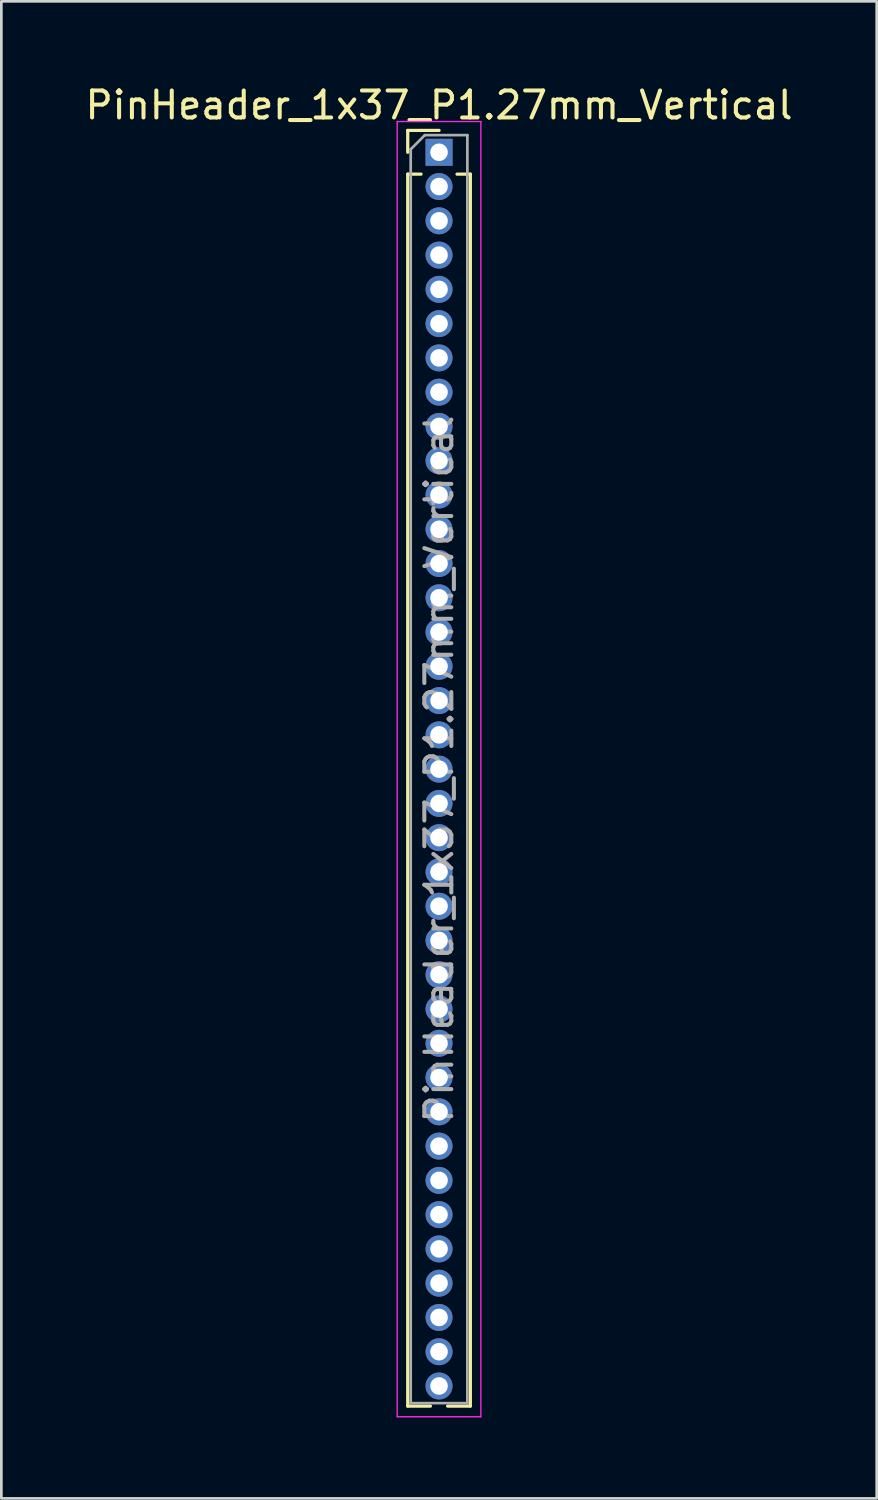
<source format=kicad_pcb>
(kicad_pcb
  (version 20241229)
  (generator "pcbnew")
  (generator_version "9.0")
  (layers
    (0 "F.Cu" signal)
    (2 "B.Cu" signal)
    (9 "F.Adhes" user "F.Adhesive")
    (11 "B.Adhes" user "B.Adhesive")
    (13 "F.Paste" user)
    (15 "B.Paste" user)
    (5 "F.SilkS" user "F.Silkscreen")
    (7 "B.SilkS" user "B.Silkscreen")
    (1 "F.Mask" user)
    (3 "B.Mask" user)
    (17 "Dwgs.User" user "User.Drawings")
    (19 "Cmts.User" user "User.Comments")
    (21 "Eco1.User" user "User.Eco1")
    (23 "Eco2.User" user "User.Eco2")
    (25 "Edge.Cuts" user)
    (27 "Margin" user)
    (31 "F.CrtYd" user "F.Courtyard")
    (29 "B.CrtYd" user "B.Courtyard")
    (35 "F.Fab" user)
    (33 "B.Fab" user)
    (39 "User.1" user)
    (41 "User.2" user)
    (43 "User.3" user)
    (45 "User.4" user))
  (footprint "PinHeader_1x37_P1.27mm_Vertical"
    (layer "F.Cu")
    (at 13.22 2.593)
    (property "Reference" "PinHeader_1x37_P1.27mm_Vertical" (at 0 -1.745 0) (layer "F.SilkS") (effects (font (size 1 1) (thickness 0.15))))
    (attr through_hole)
    (fp_line (start -1.16 -0.81) (end 0 -0.81) (stroke (width 0.12) (type solid)) (layer "F.SilkS"))
    (fp_line (start -1.16 0) (end -1.16 -0.81) (stroke (width 0.12) (type solid)) (layer "F.SilkS"))
    (fp_line (start -1.16 0.81) (end -1.16 46.465) (stroke (width 0.12) (type solid)) (layer "F.SilkS"))
    (fp_line (start -1.16 0.81) (end -0.667 0.81) (stroke (width 0.12) (type solid)) (layer "F.SilkS"))
    (fp_line (start -1.16 46.465) (end -0.318 46.465) (stroke (width 0.12) (type solid)) (layer "F.SilkS"))
    (fp_line (start 0.318 46.465) (end 1.16 46.465) (stroke (width 0.12) (type solid)) (layer "F.SilkS"))
    (fp_line (start 0.667 0.81) (end 1.16 0.81) (stroke (width 0.12) (type solid)) (layer "F.SilkS"))
    (fp_line (start 1.16 0.81) (end 1.16 46.465) (stroke (width 0.12) (type solid)) (layer "F.SilkS"))
    (fp_line (start -1.55 -1.14) (end -1.55 46.86) (stroke (width 0.05) (type solid)) (layer "F.CrtYd"))
    (fp_line (start -1.55 46.86) (end 1.55 46.86) (stroke (width 0.05) (type solid)) (layer "F.CrtYd"))
    (fp_line (start 1.55 -1.14) (end -1.55 -1.14) (stroke (width 0.05) (type solid)) (layer "F.CrtYd"))
    (fp_line (start 1.55 46.86) (end 1.55 -1.14) (stroke (width 0.05) (type solid)) (layer "F.CrtYd"))
    (fp_line (start -1.05 -0.11) (end -0.525 -0.635) (stroke (width 0.1) (type solid)) (layer "F.Fab"))
    (fp_line (start -1.05 46.355) (end -1.05 -0.11) (stroke (width 0.1) (type solid)) (layer "F.Fab"))
    (fp_line (start -0.525 -0.635) (end 1.05 -0.635) (stroke (width 0.1) (type solid)) (layer "F.Fab"))
    (fp_line (start 1.05 -0.635) (end 1.05 46.355) (stroke (width 0.1) (type solid)) (layer "F.Fab"))
    (fp_line (start 1.05 46.355) (end -1.05 46.355) (stroke (width 0.1) (type solid)) (layer "F.Fab"))
    (fp_text user "${REFERENCE}" (at 0 22.86 90) (layer "F.Fab") (effects (font (size 1 1) (thickness 0.15))))
    (pad "1" thru_hole rect (at 0 0) (size 1 1) (drill 0.65) (layers "*.Cu" "*.Mask"))
    (pad "2" thru_hole circle (at 0 1.27) (size 1 1) (drill 0.65) (layers "*.Cu" "*.Mask"))
    (pad "3" thru_hole circle (at 0 2.54) (size 1 1) (drill 0.65) (layers "*.Cu" "*.Mask"))
    (pad "4" thru_hole circle (at 0 3.81) (size 1 1) (drill 0.65) (layers "*.Cu" "*.Mask"))
    (pad "5" thru_hole circle (at 0 5.08) (size 1 1) (drill 0.65) (layers "*.Cu" "*.Mask"))
    (pad "6" thru_hole circle (at 0 6.35) (size 1 1) (drill 0.65) (layers "*.Cu" "*.Mask"))
    (pad "7" thru_hole circle (at 0 7.62) (size 1 1) (drill 0.65) (layers "*.Cu" "*.Mask"))
    (pad "8" thru_hole circle (at 0 8.89) (size 1 1) (drill 0.65) (layers "*.Cu" "*.Mask"))
    (pad "9" thru_hole circle (at 0 10.16) (size 1 1) (drill 0.65) (layers "*.Cu" "*.Mask"))
    (pad "10" thru_hole circle (at 0 11.43) (size 1 1) (drill 0.65) (layers "*.Cu" "*.Mask"))
    (pad "11" thru_hole circle (at 0 12.7) (size 1 1) (drill 0.65) (layers "*.Cu" "*.Mask"))
    (pad "12" thru_hole circle (at 0 13.97) (size 1 1) (drill 0.65) (layers "*.Cu" "*.Mask"))
    (pad "13" thru_hole circle (at 0 15.24) (size 1 1) (drill 0.65) (layers "*.Cu" "*.Mask"))
    (pad "14" thru_hole circle (at 0 16.51) (size 1 1) (drill 0.65) (layers "*.Cu" "*.Mask"))
    (pad "15" thru_hole circle (at 0 17.78) (size 1 1) (drill 0.65) (layers "*.Cu" "*.Mask"))
    (pad "16" thru_hole circle (at 0 19.05) (size 1 1) (drill 0.65) (layers "*.Cu" "*.Mask"))
    (pad "17" thru_hole circle (at 0 20.32) (size 1 1) (drill 0.65) (layers "*.Cu" "*.Mask"))
    (pad "18" thru_hole circle (at 0 21.59) (size 1 1) (drill 0.65) (layers "*.Cu" "*.Mask"))
    (pad "19" thru_hole circle (at 0 22.86) (size 1 1) (drill 0.65) (layers "*.Cu" "*.Mask"))
    (pad "20" thru_hole circle (at 0 24.13) (size 1 1) (drill 0.65) (layers "*.Cu" "*.Mask"))
    (pad "21" thru_hole circle (at 0 25.4) (size 1 1) (drill 0.65) (layers "*.Cu" "*.Mask"))
    (pad "22" thru_hole circle (at 0 26.67) (size 1 1) (drill 0.65) (layers "*.Cu" "*.Mask"))
    (pad "23" thru_hole circle (at 0 27.94) (size 1 1) (drill 0.65) (layers "*.Cu" "*.Mask"))
    (pad "24" thru_hole circle (at 0 29.21) (size 1 1) (drill 0.65) (layers "*.Cu" "*.Mask"))
    (pad "25" thru_hole circle (at 0 30.48) (size 1 1) (drill 0.65) (layers "*.Cu" "*.Mask"))
    (pad "26" thru_hole circle (at 0 31.75) (size 1 1) (drill 0.65) (layers "*.Cu" "*.Mask"))
    (pad "27" thru_hole circle (at 0 33.02) (size 1 1) (drill 0.65) (layers "*.Cu" "*.Mask"))
    (pad "28" thru_hole circle (at 0 34.29) (size 1 1) (drill 0.65) (layers "*.Cu" "*.Mask"))
    (pad "29" thru_hole circle (at 0 35.56) (size 1 1) (drill 0.65) (layers "*.Cu" "*.Mask"))
    (pad "30" thru_hole circle (at 0 36.83) (size 1 1) (drill 0.65) (layers "*.Cu" "*.Mask"))
    (pad "31" thru_hole circle (at 0 38.1) (size 1 1) (drill 0.65) (layers "*.Cu" "*.Mask"))
    (pad "32" thru_hole circle (at 0 39.37) (size 1 1) (drill 0.65) (layers "*.Cu" "*.Mask"))
    (pad "33" thru_hole circle (at 0 40.64) (size 1 1) (drill 0.65) (layers "*.Cu" "*.Mask"))
    (pad "34" thru_hole circle (at 0 41.91) (size 1 1) (drill 0.65) (layers "*.Cu" "*.Mask"))
    (pad "35" thru_hole circle (at 0 43.18) (size 1 1) (drill 0.65) (layers "*.Cu" "*.Mask"))
    (pad "36" thru_hole circle (at 0 44.45) (size 1 1) (drill 0.65) (layers "*.Cu" "*.Mask"))
    (pad "37" thru_hole circle (at 0 45.72) (size 1 1) (drill 0.65) (layers "*.Cu" "*.Mask")))
  (gr_rect
    (start -3 -3)
    (end 29.44 52.478)
    (stroke (width 0.1) (type default))
    (fill no)
    (layer "Edge.Cuts")))
</source>
